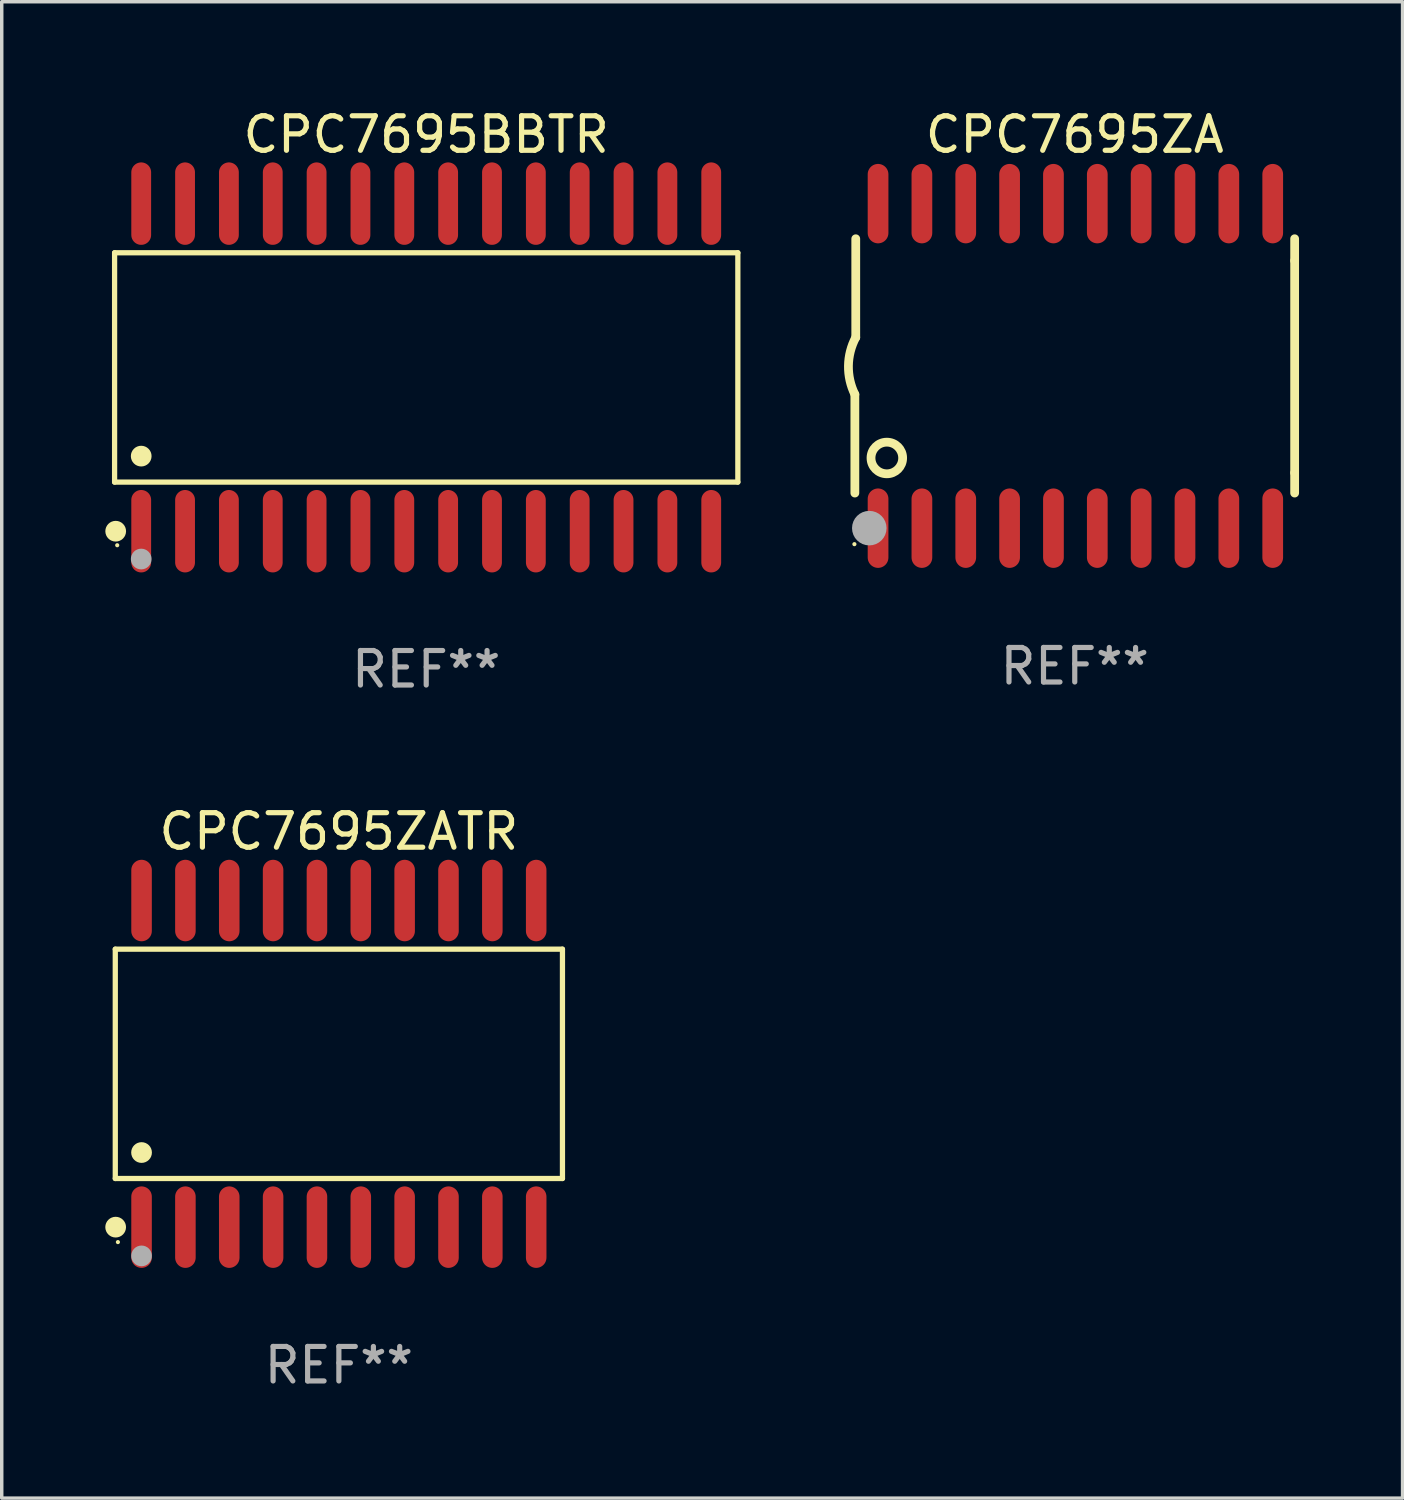
<source format=kicad_pcb>
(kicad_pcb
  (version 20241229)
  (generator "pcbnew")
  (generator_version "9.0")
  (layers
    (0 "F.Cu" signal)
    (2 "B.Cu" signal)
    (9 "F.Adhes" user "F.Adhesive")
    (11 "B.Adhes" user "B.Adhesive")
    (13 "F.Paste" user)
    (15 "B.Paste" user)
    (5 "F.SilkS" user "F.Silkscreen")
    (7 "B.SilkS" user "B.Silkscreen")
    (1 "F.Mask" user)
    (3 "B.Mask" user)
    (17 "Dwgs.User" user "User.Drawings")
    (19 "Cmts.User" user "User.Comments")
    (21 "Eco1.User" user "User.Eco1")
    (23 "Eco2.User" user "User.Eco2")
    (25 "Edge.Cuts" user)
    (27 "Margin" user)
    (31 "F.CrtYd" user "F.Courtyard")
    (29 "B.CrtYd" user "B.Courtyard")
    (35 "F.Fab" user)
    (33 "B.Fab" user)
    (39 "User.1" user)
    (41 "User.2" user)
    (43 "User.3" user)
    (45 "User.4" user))
  (footprint "CPC7695BBTR"
    (layer "F.Cu")
    (at 9.295 7.592)
    (property "Reference" "CPC7695BBTR" (at 0 -6.744 0) (layer "F.SilkS") (effects (font (size 1 1) (thickness 0.15))))
    (attr through_hole)
    (fp_line (start -9.026 -3.321) (end 9.026 -3.321) (stroke (width 0.152) (type solid)) (layer "F.SilkS"))
    (fp_line (start -9.026 3.321) (end -9.026 -3.321) (stroke (width 0.152) (type solid)) (layer "F.SilkS"))
    (fp_line (start 9.026 -3.321) (end 9.026 3.321) (stroke (width 0.152) (type solid)) (layer "F.SilkS"))
    (fp_line (start 9.026 3.321) (end -9.026 3.321) (stroke (width 0.152) (type solid)) (layer "F.SilkS"))
    (fp_circle (center -8.994 4.744) (end -8.844 4.744) (stroke (width 0.3) (type solid)) (fill no) (layer "F.SilkS"))
    (fp_circle (center -8.95 5.15) (end -8.92 5.15) (stroke (width 0.06) (type solid)) (fill no) (layer "F.SilkS"))
    (fp_circle (center -8.255 2.569) (end -8.105 2.569) (stroke (width 0.3) (type solid)) (fill no) (layer "F.SilkS"))
    (fp_circle (center -8.255 5.55) (end -8.105 5.55) (stroke (width 0.3) (type solid)) (fill no) (layer "F.Fab"))
    (fp_text user "REF**" (at 0 8.744 0) (layer "F.Fab") (effects (font (size 1 1) (thickness 0.15))))
    (pad "1" smd oval (at -8.255 4.744) (size 0.574 2.388) (layers "F.Cu" "F.Mask" "F.Paste"))
    (pad "2" smd oval (at -6.985 4.744) (size 0.574 2.388) (layers "F.Cu" "F.Mask" "F.Paste"))
    (pad "3" smd oval (at -5.715 4.744) (size 0.574 2.388) (layers "F.Cu" "F.Mask" "F.Paste"))
    (pad "4" smd oval (at -4.445 4.744) (size 0.574 2.388) (layers "F.Cu" "F.Mask" "F.Paste"))
    (pad "5" smd oval (at -3.175 4.744) (size 0.574 2.388) (layers "F.Cu" "F.Mask" "F.Paste"))
    (pad "6" smd oval (at -1.905 4.744) (size 0.574 2.388) (layers "F.Cu" "F.Mask" "F.Paste"))
    (pad "7" smd oval (at -0.635 4.744) (size 0.574 2.388) (layers "F.Cu" "F.Mask" "F.Paste"))
    (pad "8" smd oval (at 0.635 4.744) (size 0.574 2.388) (layers "F.Cu" "F.Mask" "F.Paste"))
    (pad "9" smd oval (at 1.905 4.744) (size 0.574 2.388) (layers "F.Cu" "F.Mask" "F.Paste"))
    (pad "10" smd oval (at 3.175 4.744) (size 0.574 2.388) (layers "F.Cu" "F.Mask" "F.Paste"))
    (pad "11" smd oval (at 4.445 4.744) (size 0.574 2.388) (layers "F.Cu" "F.Mask" "F.Paste"))
    (pad "12" smd oval (at 5.715 4.744) (size 0.574 2.388) (layers "F.Cu" "F.Mask" "F.Paste"))
    (pad "13" smd oval (at 6.985 4.744) (size 0.574 2.388) (layers "F.Cu" "F.Mask" "F.Paste"))
    (pad "14" smd oval (at 8.255 4.744) (size 0.574 2.388) (layers "F.Cu" "F.Mask" "F.Paste"))
    (pad "15" smd oval (at 8.255 -4.744) (size 0.574 2.388) (layers "F.Cu" "F.Mask" "F.Paste"))
    (pad "16" smd oval (at 6.985 -4.744) (size 0.574 2.388) (layers "F.Cu" "F.Mask" "F.Paste"))
    (pad "17" smd oval (at 5.715 -4.744) (size 0.574 2.388) (layers "F.Cu" "F.Mask" "F.Paste"))
    (pad "18" smd oval (at 4.445 -4.744) (size 0.574 2.388) (layers "F.Cu" "F.Mask" "F.Paste"))
    (pad "19" smd oval (at 3.175 -4.744) (size 0.574 2.388) (layers "F.Cu" "F.Mask" "F.Paste"))
    (pad "20" smd oval (at 1.905 -4.744) (size 0.574 2.388) (layers "F.Cu" "F.Mask" "F.Paste"))
    (pad "21" smd oval (at 0.635 -4.744) (size 0.574 2.388) (layers "F.Cu" "F.Mask" "F.Paste"))
    (pad "22" smd oval (at -0.635 -4.744) (size 0.574 2.388) (layers "F.Cu" "F.Mask" "F.Paste"))
    (pad "23" smd oval (at -1.905 -4.744) (size 0.574 2.388) (layers "F.Cu" "F.Mask" "F.Paste"))
    (pad "24" smd oval (at -3.175 -4.744) (size 0.574 2.388) (layers "F.Cu" "F.Mask" "F.Paste"))
    (pad "25" smd oval (at -4.445 -4.744) (size 0.574 2.388) (layers "F.Cu" "F.Mask" "F.Paste"))
    (pad "26" smd oval (at -5.715 -4.744) (size 0.574 2.388) (layers "F.Cu" "F.Mask" "F.Paste"))
    (pad "27" smd oval (at -6.985 -4.744) (size 0.574 2.388) (layers "F.Cu" "F.Mask" "F.Paste"))
    (pad "28" smd oval (at -8.255 -4.744) (size 0.574 2.388) (layers "F.Cu" "F.Mask" "F.Paste")))
  (footprint "CPC7695ZA"
    (layer "F.Cu")
    (at 28.079 7.548)
    (property "Reference" "CPC7695ZA" (at 0 -6.7 0) (layer "F.SilkS") (effects (font (size 1 1) (thickness 0.15))))
    (attr through_hole)
    (fp_line (start -6.369 0.826) (end -6.369 3.683) (stroke (width 0.254) (type solid)) (layer "F.SilkS"))
    (fp_line (start -6.343 -0.825) (end -6.343 -3.683) (stroke (width 0.254) (type solid)) (layer "F.SilkS"))
    (fp_line (start 6.369 -3.048) (end 6.369 -3.683) (stroke (width 0.254) (type solid)) (layer "F.SilkS"))
    (fp_line (start 6.369 -3.048) (end 6.369 3.096) (stroke (width 0.254) (type solid)) (layer "F.SilkS"))
    (fp_line (start 6.369 3.096) (end 6.369 3.683) (stroke (width 0.254) (type solid)) (layer "F.SilkS"))
    (fp_arc (start -6.36853 0.825552) (mid -6.554743 -0.00301) (end -6.343129 -0.825451) (stroke (width 0.254001) (type solid)) (layer "F.SilkS"))
    (fp_circle (center -6.382 5.163) (end -6.352 5.163) (stroke (width 0.06) (type solid)) (fill no) (layer "F.SilkS"))
    (fp_circle (center -5.443 2.667) (end -4.985 2.667) (stroke (width 0.254) (type solid)) (fill no) (layer "F.SilkS"))
    (fp_circle (center -5.951 4.699) (end -5.701 4.699) (stroke (width 0.5) (type solid)) (fill no) (layer "F.Fab"))
    (fp_text user "REF**" (at 0 8.7 0) (layer "F.Fab") (effects (font (size 1 1) (thickness 0.15))))
    (pad "1" smd oval (at -5.697 4.7 180) (size 0.6 2.3) (layers "F.Cu" "F.Mask" "F.Paste"))
    (pad "2" smd oval (at -4.427 4.7 180) (size 0.6 2.3) (layers "F.Cu" "F.Mask" "F.Paste"))
    (pad "3" smd oval (at -3.157 4.7 180) (size 0.6 2.3) (layers "F.Cu" "F.Mask" "F.Paste"))
    (pad "4" smd oval (at -1.887 4.7 180) (size 0.6 2.3) (layers "F.Cu" "F.Mask" "F.Paste"))
    (pad "5" smd oval (at -0.617 4.7 180) (size 0.6 2.3) (layers "F.Cu" "F.Mask" "F.Paste"))
    (pad "6" smd oval (at 0.653 4.7 180) (size 0.6 2.3) (layers "F.Cu" "F.Mask" "F.Paste"))
    (pad "7" smd oval (at 1.923 4.7 180) (size 0.6 2.3) (layers "F.Cu" "F.Mask" "F.Paste"))
    (pad "8" smd oval (at 3.193 4.7 180) (size 0.6 2.3) (layers "F.Cu" "F.Mask" "F.Paste"))
    (pad "9" smd oval (at 4.463 4.7 180) (size 0.6 2.3) (layers "F.Cu" "F.Mask" "F.Paste"))
    (pad "10" smd oval (at 5.734 4.7 180) (size 0.6 2.3) (layers "F.Cu" "F.Mask" "F.Paste"))
    (pad "11" smd oval (at 5.734 -4.7 180) (size 0.6 2.3) (layers "F.Cu" "F.Mask" "F.Paste"))
    (pad "12" smd oval (at 4.463 -4.7 180) (size 0.6 2.3) (layers "F.Cu" "F.Mask" "F.Paste"))
    (pad "13" smd oval (at 3.193 -4.7 180) (size 0.6 2.3) (layers "F.Cu" "F.Mask" "F.Paste"))
    (pad "14" smd oval (at 1.923 -4.7 180) (size 0.6 2.3) (layers "F.Cu" "F.Mask" "F.Paste"))
    (pad "15" smd oval (at 0.653 -4.7 180) (size 0.6 2.3) (layers "F.Cu" "F.Mask" "F.Paste"))
    (pad "16" smd oval (at -0.617 -4.7 180) (size 0.6 2.3) (layers "F.Cu" "F.Mask" "F.Paste"))
    (pad "17" smd oval (at -1.887 -4.7 180) (size 0.6 2.3) (layers "F.Cu" "F.Mask" "F.Paste"))
    (pad "18" smd oval (at -3.157 -4.7 180) (size 0.6 2.3) (layers "F.Cu" "F.Mask" "F.Paste"))
    (pad "19" smd oval (at -4.427 -4.7 180) (size 0.6 2.3) (layers "F.Cu" "F.Mask" "F.Paste"))
    (pad "20" smd oval (at -5.697 -4.7 180) (size 0.6 2.3) (layers "F.Cu" "F.Mask" "F.Paste")))
  (footprint "CPC7695ZATR"
    (layer "F.Cu")
    (at 6.765 27.763)
    (property "Reference" "CPC7695ZATR" (at 0 -6.73 0) (layer "F.SilkS") (effects (font (size 1 1) (thickness 0.15))))
    (attr through_hole)
    (fp_line (start -6.476 -3.321) (end 6.476 -3.321) (stroke (width 0.152) (type solid)) (layer "F.SilkS"))
    (fp_line (start -6.476 3.321) (end -6.476 -3.321) (stroke (width 0.152) (type solid)) (layer "F.SilkS"))
    (fp_line (start 6.476 -3.321) (end 6.476 3.321) (stroke (width 0.152) (type solid)) (layer "F.SilkS"))
    (fp_line (start 6.476 3.321) (end -6.476 3.321) (stroke (width 0.152) (type solid)) (layer "F.SilkS"))
    (fp_circle (center -6.465 4.73) (end -6.315 4.73) (stroke (width 0.3) (type solid)) (fill no) (layer "F.SilkS"))
    (fp_circle (center -6.4 5.163) (end -6.37 5.163) (stroke (width 0.06) (type solid)) (fill no) (layer "F.SilkS"))
    (fp_circle (center -5.715 2.569) (end -5.565 2.569) (stroke (width 0.3) (type solid)) (fill no) (layer "F.SilkS"))
    (fp_circle (center -5.715 5.563) (end -5.565 5.563) (stroke (width 0.3) (type solid)) (fill no) (layer "F.Fab"))
    (fp_text user "REF**" (at 0 8.73 0) (layer "F.Fab") (effects (font (size 1 1) (thickness 0.15))))
    (pad "1" smd oval (at -5.715 4.73) (size 0.595 2.36) (layers "F.Cu" "F.Mask" "F.Paste"))
    (pad "2" smd oval (at -4.445 4.73) (size 0.595 2.36) (layers "F.Cu" "F.Mask" "F.Paste"))
    (pad "3" smd oval (at -3.175 4.73) (size 0.595 2.36) (layers "F.Cu" "F.Mask" "F.Paste"))
    (pad "4" smd oval (at -1.905 4.73) (size 0.595 2.36) (layers "F.Cu" "F.Mask" "F.Paste"))
    (pad "5" smd oval (at -0.635 4.73) (size 0.595 2.36) (layers "F.Cu" "F.Mask" "F.Paste"))
    (pad "6" smd oval (at 0.635 4.73) (size 0.595 2.36) (layers "F.Cu" "F.Mask" "F.Paste"))
    (pad "7" smd oval (at 1.905 4.73) (size 0.595 2.36) (layers "F.Cu" "F.Mask" "F.Paste"))
    (pad "8" smd oval (at 3.175 4.73) (size 0.595 2.36) (layers "F.Cu" "F.Mask" "F.Paste"))
    (pad "9" smd oval (at 4.445 4.73) (size 0.595 2.36) (layers "F.Cu" "F.Mask" "F.Paste"))
    (pad "10" smd oval (at 5.715 4.73) (size 0.595 2.36) (layers "F.Cu" "F.Mask" "F.Paste"))
    (pad "11" smd oval (at 5.715 -4.73) (size 0.595 2.36) (layers "F.Cu" "F.Mask" "F.Paste"))
    (pad "12" smd oval (at 4.445 -4.73) (size 0.595 2.36) (layers "F.Cu" "F.Mask" "F.Paste"))
    (pad "13" smd oval (at 3.175 -4.73) (size 0.595 2.36) (layers "F.Cu" "F.Mask" "F.Paste"))
    (pad "14" smd oval (at 1.905 -4.73) (size 0.595 2.36) (layers "F.Cu" "F.Mask" "F.Paste"))
    (pad "15" smd oval (at 0.635 -4.73) (size 0.595 2.36) (layers "F.Cu" "F.Mask" "F.Paste"))
    (pad "16" smd oval (at -0.635 -4.73) (size 0.595 2.36) (layers "F.Cu" "F.Mask" "F.Paste"))
    (pad "17" smd oval (at -1.905 -4.73) (size 0.595 2.36) (layers "F.Cu" "F.Mask" "F.Paste"))
    (pad "18" smd oval (at -3.175 -4.73) (size 0.595 2.36) (layers "F.Cu" "F.Mask" "F.Paste"))
    (pad "19" smd oval (at -4.445 -4.73) (size 0.595 2.36) (layers "F.Cu" "F.Mask" "F.Paste"))
    (pad "20" smd oval (at -5.715 -4.73) (size 0.595 2.36) (layers "F.Cu" "F.Mask" "F.Paste")))
  (gr_rect
    (start -3 -3)
    (end 37.574 40.341)
    (stroke (width 0.1) (type default))
    (fill no)
    (layer "Edge.Cuts")))
</source>
